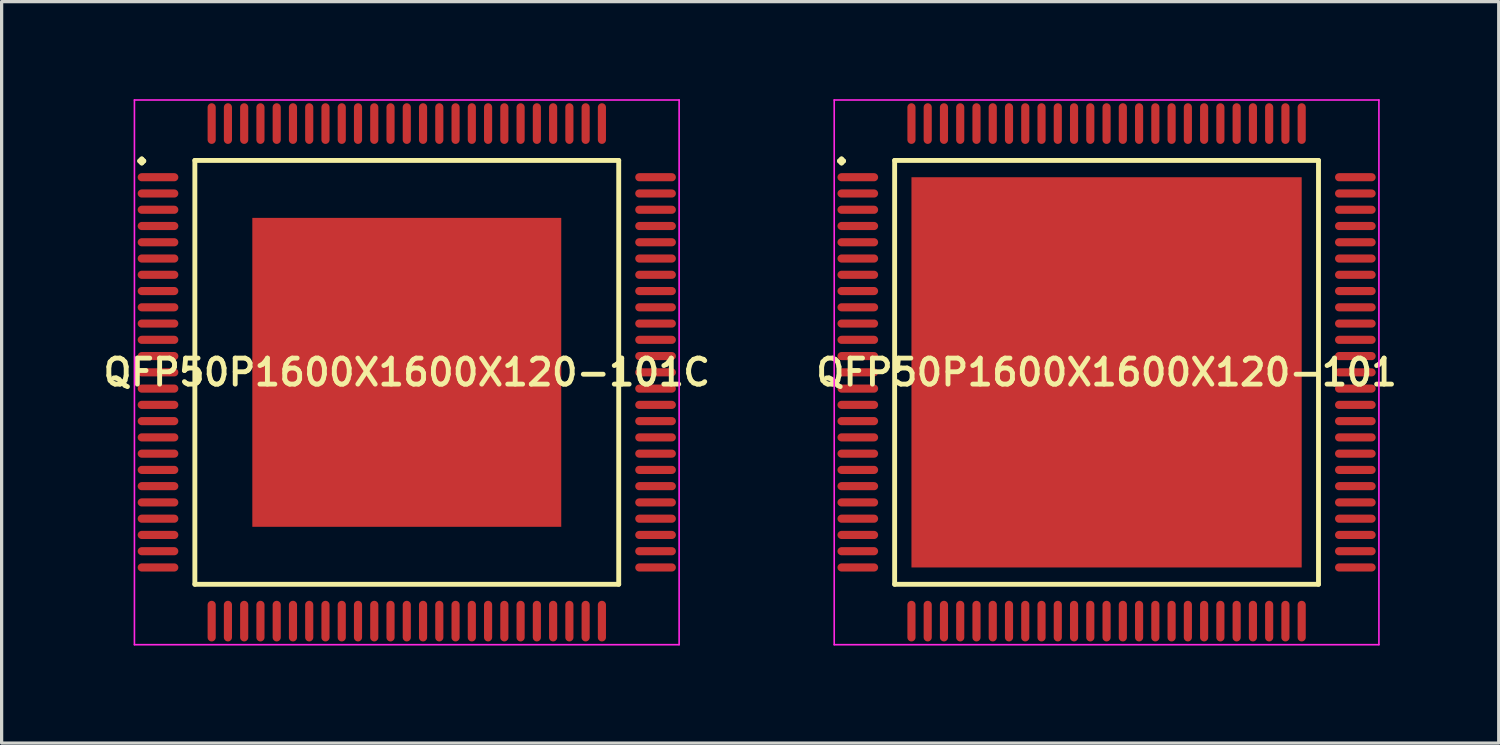
<source format=kicad_pcb>
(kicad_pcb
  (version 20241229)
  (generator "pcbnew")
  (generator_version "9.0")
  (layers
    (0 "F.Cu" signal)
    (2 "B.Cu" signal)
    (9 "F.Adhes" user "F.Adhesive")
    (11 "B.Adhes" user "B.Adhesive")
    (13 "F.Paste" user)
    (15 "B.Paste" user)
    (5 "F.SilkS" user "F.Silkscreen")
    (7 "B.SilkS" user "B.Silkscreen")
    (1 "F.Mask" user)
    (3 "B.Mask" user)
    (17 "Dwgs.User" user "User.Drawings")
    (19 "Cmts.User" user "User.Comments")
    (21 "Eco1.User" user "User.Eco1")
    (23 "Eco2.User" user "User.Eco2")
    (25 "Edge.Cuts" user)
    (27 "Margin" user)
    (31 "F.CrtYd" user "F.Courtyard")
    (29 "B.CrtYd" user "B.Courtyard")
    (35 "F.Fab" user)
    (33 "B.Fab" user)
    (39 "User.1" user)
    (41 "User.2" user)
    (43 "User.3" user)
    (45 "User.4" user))
  (footprint "QFP50P1600X1600X120-101C"
    (layer "F.Cu")
    (at 9.459 8.4)
    (property "Reference" "QFP50P1600X1600X120-101C" (at 0 0 0) (layer "F.SilkS") (effects (font (size 0.8 0.8) (thickness 0.15))))
    (attr smd)
    (fp_line (start -8.213 -6.5) (end -8.15 -6.562) (stroke (width 0.15) (type solid)) (layer "F.SilkS"))
    (fp_line (start -8.15 -6.562) (end -8.088 -6.5) (stroke (width 0.15) (type solid)) (layer "F.SilkS"))
    (fp_line (start -8.15 -6.438) (end -8.213 -6.5) (stroke (width 0.15) (type solid)) (layer "F.SilkS"))
    (fp_line (start -8.088 -6.5) (end -8.15 -6.438) (stroke (width 0.15) (type solid)) (layer "F.SilkS"))
    (fp_line (start -6.517 -6.517) (end -6.517 6.517) (stroke (width 0.15) (type solid)) (layer "F.SilkS"))
    (fp_line (start -6.517 6.517) (end 6.517 6.517) (stroke (width 0.15) (type solid)) (layer "F.SilkS"))
    (fp_line (start 6.517 -6.517) (end -6.517 -6.517) (stroke (width 0.15) (type solid)) (layer "F.SilkS"))
    (fp_line (start 6.517 6.517) (end 6.517 -6.517) (stroke (width 0.15) (type solid)) (layer "F.SilkS"))
    (fp_line (start -8.375 -8.375) (end 8.375 -8.375) (stroke (width 0.05) (type solid)) (layer "F.CrtYd"))
    (fp_line (start -8.375 8.375) (end -8.375 -8.375) (stroke (width 0.05) (type solid)) (layer "F.CrtYd"))
    (fp_line (start 8.375 -8.375) (end 8.375 8.375) (stroke (width 0.05) (type solid)) (layer "F.CrtYd"))
    (fp_line (start 8.375 8.375) (end -8.375 8.375) (stroke (width 0.05) (type solid)) (layer "F.CrtYd"))
    (pad "1" smd oval (at -7.65 -6) (size 1.25 0.25) (layers "F.Cu" "F.Mask" "F.Paste"))
    (pad "2" smd oval (at -7.65 -5.5) (size 1.25 0.25) (layers "F.Cu" "F.Mask" "F.Paste"))
    (pad "3" smd oval (at -7.65 -5) (size 1.25 0.25) (layers "F.Cu" "F.Mask" "F.Paste"))
    (pad "4" smd oval (at -7.65 -4.5) (size 1.25 0.25) (layers "F.Cu" "F.Mask" "F.Paste"))
    (pad "5" smd oval (at -7.65 -4) (size 1.25 0.25) (layers "F.Cu" "F.Mask" "F.Paste"))
    (pad "6" smd oval (at -7.65 -3.5) (size 1.25 0.25) (layers "F.Cu" "F.Mask" "F.Paste"))
    (pad "7" smd oval (at -7.65 -3) (size 1.25 0.25) (layers "F.Cu" "F.Mask" "F.Paste"))
    (pad "8" smd oval (at -7.65 -2.5) (size 1.25 0.25) (layers "F.Cu" "F.Mask" "F.Paste"))
    (pad "9" smd oval (at -7.65 -2) (size 1.25 0.25) (layers "F.Cu" "F.Mask" "F.Paste"))
    (pad "10" smd oval (at -7.65 -1.5) (size 1.25 0.25) (layers "F.Cu" "F.Mask" "F.Paste"))
    (pad "11" smd oval (at -7.65 -1) (size 1.25 0.25) (layers "F.Cu" "F.Mask" "F.Paste"))
    (pad "12" smd oval (at -7.65 -0.5) (size 1.25 0.25) (layers "F.Cu" "F.Mask" "F.Paste"))
    (pad "13" smd oval (at -7.65 0) (size 1.25 0.25) (layers "F.Cu" "F.Mask" "F.Paste"))
    (pad "14" smd oval (at -7.65 0.5) (size 1.25 0.25) (layers "F.Cu" "F.Mask" "F.Paste"))
    (pad "15" smd oval (at -7.65 1) (size 1.25 0.25) (layers "F.Cu" "F.Mask" "F.Paste"))
    (pad "16" smd oval (at -7.65 1.5) (size 1.25 0.25) (layers "F.Cu" "F.Mask" "F.Paste"))
    (pad "17" smd oval (at -7.65 2) (size 1.25 0.25) (layers "F.Cu" "F.Mask" "F.Paste"))
    (pad "18" smd oval (at -7.65 2.5) (size 1.25 0.25) (layers "F.Cu" "F.Mask" "F.Paste"))
    (pad "19" smd oval (at -7.65 3) (size 1.25 0.25) (layers "F.Cu" "F.Mask" "F.Paste"))
    (pad "20" smd oval (at -7.65 3.5) (size 1.25 0.25) (layers "F.Cu" "F.Mask" "F.Paste"))
    (pad "21" smd oval (at -7.65 4) (size 1.25 0.25) (layers "F.Cu" "F.Mask" "F.Paste"))
    (pad "22" smd oval (at -7.65 4.5) (size 1.25 0.25) (layers "F.Cu" "F.Mask" "F.Paste"))
    (pad "23" smd oval (at -7.65 5) (size 1.25 0.25) (layers "F.Cu" "F.Mask" "F.Paste"))
    (pad "24" smd oval (at -7.65 5.5) (size 1.25 0.25) (layers "F.Cu" "F.Mask" "F.Paste"))
    (pad "25" smd oval (at -7.65 6) (size 1.25 0.25) (layers "F.Cu" "F.Mask" "F.Paste"))
    (pad "26" smd oval (at -6 7.65) (size 0.25 1.25) (layers "F.Cu" "F.Mask" "F.Paste"))
    (pad "27" smd oval (at -5.5 7.65) (size 0.25 1.25) (layers "F.Cu" "F.Mask" "F.Paste"))
    (pad "28" smd oval (at -5 7.65) (size 0.25 1.25) (layers "F.Cu" "F.Mask" "F.Paste"))
    (pad "29" smd oval (at -4.5 7.65) (size 0.25 1.25) (layers "F.Cu" "F.Mask" "F.Paste"))
    (pad "30" smd oval (at -4 7.65) (size 0.25 1.25) (layers "F.Cu" "F.Mask" "F.Paste"))
    (pad "31" smd oval (at -3.5 7.65) (size 0.25 1.25) (layers "F.Cu" "F.Mask" "F.Paste"))
    (pad "32" smd oval (at -3 7.65) (size 0.25 1.25) (layers "F.Cu" "F.Mask" "F.Paste"))
    (pad "33" smd oval (at -2.5 7.65) (size 0.25 1.25) (layers "F.Cu" "F.Mask" "F.Paste"))
    (pad "34" smd oval (at -2 7.65) (size 0.25 1.25) (layers "F.Cu" "F.Mask" "F.Paste"))
    (pad "35" smd oval (at -1.5 7.65) (size 0.25 1.25) (layers "F.Cu" "F.Mask" "F.Paste"))
    (pad "36" smd oval (at -1 7.65) (size 0.25 1.25) (layers "F.Cu" "F.Mask" "F.Paste"))
    (pad "37" smd oval (at -0.5 7.65) (size 0.25 1.25) (layers "F.Cu" "F.Mask" "F.Paste"))
    (pad "38" smd oval (at 0 7.65) (size 0.25 1.25) (layers "F.Cu" "F.Mask" "F.Paste"))
    (pad "39" smd oval (at 0.5 7.65) (size 0.25 1.25) (layers "F.Cu" "F.Mask" "F.Paste"))
    (pad "40" smd oval (at 1 7.65) (size 0.25 1.25) (layers "F.Cu" "F.Mask" "F.Paste"))
    (pad "41" smd oval (at 1.5 7.65) (size 0.25 1.25) (layers "F.Cu" "F.Mask" "F.Paste"))
    (pad "42" smd oval (at 2 7.65) (size 0.25 1.25) (layers "F.Cu" "F.Mask" "F.Paste"))
    (pad "43" smd oval (at 2.5 7.65) (size 0.25 1.25) (layers "F.Cu" "F.Mask" "F.Paste"))
    (pad "44" smd oval (at 3 7.65) (size 0.25 1.25) (layers "F.Cu" "F.Mask" "F.Paste"))
    (pad "45" smd oval (at 3.5 7.65) (size 0.25 1.25) (layers "F.Cu" "F.Mask" "F.Paste"))
    (pad "46" smd oval (at 4 7.65) (size 0.25 1.25) (layers "F.Cu" "F.Mask" "F.Paste"))
    (pad "47" smd oval (at 4.5 7.65) (size 0.25 1.25) (layers "F.Cu" "F.Mask" "F.Paste"))
    (pad "48" smd oval (at 5 7.65) (size 0.25 1.25) (layers "F.Cu" "F.Mask" "F.Paste"))
    (pad "49" smd oval (at 5.5 7.65) (size 0.25 1.25) (layers "F.Cu" "F.Mask" "F.Paste"))
    (pad "50" smd oval (at 6 7.65) (size 0.25 1.25) (layers "F.Cu" "F.Mask" "F.Paste"))
    (pad "51" smd oval (at 7.65 6) (size 1.25 0.25) (layers "F.Cu" "F.Mask" "F.Paste"))
    (pad "52" smd oval (at 7.65 5.5) (size 1.25 0.25) (layers "F.Cu" "F.Mask" "F.Paste"))
    (pad "53" smd oval (at 7.65 5) (size 1.25 0.25) (layers "F.Cu" "F.Mask" "F.Paste"))
    (pad "54" smd oval (at 7.65 4.5) (size 1.25 0.25) (layers "F.Cu" "F.Mask" "F.Paste"))
    (pad "55" smd oval (at 7.65 4) (size 1.25 0.25) (layers "F.Cu" "F.Mask" "F.Paste"))
    (pad "56" smd oval (at 7.65 3.5) (size 1.25 0.25) (layers "F.Cu" "F.Mask" "F.Paste"))
    (pad "57" smd oval (at 7.65 3) (size 1.25 0.25) (layers "F.Cu" "F.Mask" "F.Paste"))
    (pad "58" smd oval (at 7.65 2.5) (size 1.25 0.25) (layers "F.Cu" "F.Mask" "F.Paste"))
    (pad "59" smd oval (at 7.65 2) (size 1.25 0.25) (layers "F.Cu" "F.Mask" "F.Paste"))
    (pad "60" smd oval (at 7.65 1.5) (size 1.25 0.25) (layers "F.Cu" "F.Mask" "F.Paste"))
    (pad "61" smd oval (at 7.65 1) (size 1.25 0.25) (layers "F.Cu" "F.Mask" "F.Paste"))
    (pad "62" smd oval (at 7.65 0.5) (size 1.25 0.25) (layers "F.Cu" "F.Mask" "F.Paste"))
    (pad "63" smd oval (at 7.65 0) (size 1.25 0.25) (layers "F.Cu" "F.Mask" "F.Paste"))
    (pad "64" smd oval (at 7.65 -0.5) (size 1.25 0.25) (layers "F.Cu" "F.Mask" "F.Paste"))
    (pad "65" smd oval (at 7.65 -1) (size 1.25 0.25) (layers "F.Cu" "F.Mask" "F.Paste"))
    (pad "66" smd oval (at 7.65 -1.5) (size 1.25 0.25) (layers "F.Cu" "F.Mask" "F.Paste"))
    (pad "67" smd oval (at 7.65 -2) (size 1.25 0.25) (layers "F.Cu" "F.Mask" "F.Paste"))
    (pad "68" smd oval (at 7.65 -2.5) (size 1.25 0.25) (layers "F.Cu" "F.Mask" "F.Paste"))
    (pad "69" smd oval (at 7.65 -3) (size 1.25 0.25) (layers "F.Cu" "F.Mask" "F.Paste"))
    (pad "70" smd oval (at 7.65 -3.5) (size 1.25 0.25) (layers "F.Cu" "F.Mask" "F.Paste"))
    (pad "71" smd oval (at 7.65 -4) (size 1.25 0.25) (layers "F.Cu" "F.Mask" "F.Paste"))
    (pad "72" smd oval (at 7.65 -4.5) (size 1.25 0.25) (layers "F.Cu" "F.Mask" "F.Paste"))
    (pad "73" smd oval (at 7.65 -5) (size 1.25 0.25) (layers "F.Cu" "F.Mask" "F.Paste"))
    (pad "74" smd oval (at 7.65 -5.5) (size 1.25 0.25) (layers "F.Cu" "F.Mask" "F.Paste"))
    (pad "75" smd oval (at 7.65 -6) (size 1.25 0.25) (layers "F.Cu" "F.Mask" "F.Paste"))
    (pad "76" smd oval (at 6 -7.65) (size 0.25 1.25) (layers "F.Cu" "F.Mask" "F.Paste"))
    (pad "77" smd oval (at 5.5 -7.65) (size 0.25 1.25) (layers "F.Cu" "F.Mask" "F.Paste"))
    (pad "78" smd oval (at 5 -7.65) (size 0.25 1.25) (layers "F.Cu" "F.Mask" "F.Paste"))
    (pad "79" smd oval (at 4.5 -7.65) (size 0.25 1.25) (layers "F.Cu" "F.Mask" "F.Paste"))
    (pad "80" smd oval (at 4 -7.65) (size 0.25 1.25) (layers "F.Cu" "F.Mask" "F.Paste"))
    (pad "81" smd oval (at 3.5 -7.65) (size 0.25 1.25) (layers "F.Cu" "F.Mask" "F.Paste"))
    (pad "82" smd oval (at 3 -7.65) (size 0.25 1.25) (layers "F.Cu" "F.Mask" "F.Paste"))
    (pad "83" smd oval (at 2.5 -7.65) (size 0.25 1.25) (layers "F.Cu" "F.Mask" "F.Paste"))
    (pad "84" smd oval (at 2 -7.65) (size 0.25 1.25) (layers "F.Cu" "F.Mask" "F.Paste"))
    (pad "85" smd oval (at 1.5 -7.65) (size 0.25 1.25) (layers "F.Cu" "F.Mask" "F.Paste"))
    (pad "86" smd oval (at 1 -7.65) (size 0.25 1.25) (layers "F.Cu" "F.Mask" "F.Paste"))
    (pad "87" smd oval (at 0.5 -7.65) (size 0.25 1.25) (layers "F.Cu" "F.Mask" "F.Paste"))
    (pad "88" smd oval (at 0 -7.65) (size 0.25 1.25) (layers "F.Cu" "F.Mask" "F.Paste"))
    (pad "89" smd oval (at -0.5 -7.65) (size 0.25 1.25) (layers "F.Cu" "F.Mask" "F.Paste"))
    (pad "90" smd oval (at -1 -7.65) (size 0.25 1.25) (layers "F.Cu" "F.Mask" "F.Paste"))
    (pad "91" smd oval (at -1.5 -7.65) (size 0.25 1.25) (layers "F.Cu" "F.Mask" "F.Paste"))
    (pad "92" smd oval (at -2 -7.65) (size 0.25 1.25) (layers "F.Cu" "F.Mask" "F.Paste"))
    (pad "93" smd oval (at -2.5 -7.65) (size 0.25 1.25) (layers "F.Cu" "F.Mask" "F.Paste"))
    (pad "94" smd oval (at -3 -7.65) (size 0.25 1.25) (layers "F.Cu" "F.Mask" "F.Paste"))
    (pad "95" smd oval (at -3.5 -7.65) (size 0.25 1.25) (layers "F.Cu" "F.Mask" "F.Paste"))
    (pad "96" smd oval (at -4 -7.65) (size 0.25 1.25) (layers "F.Cu" "F.Mask" "F.Paste"))
    (pad "97" smd oval (at -4.5 -7.65) (size 0.25 1.25) (layers "F.Cu" "F.Mask" "F.Paste"))
    (pad "98" smd oval (at -5 -7.65) (size 0.25 1.25) (layers "F.Cu" "F.Mask" "F.Paste"))
    (pad "99" smd oval (at -5.5 -7.65) (size 0.25 1.25) (layers "F.Cu" "F.Mask" "F.Paste"))
    (pad "100" smd oval (at -6 -7.65) (size 0.25 1.25) (layers "F.Cu" "F.Mask" "F.Paste"))
    (pad "101" smd rect (at 0 0) (size 9.5 9.5) (layers "F.Cu" "F.Mask" "F.Paste")))
  (footprint "QFP50P1600X1600X120-101"
    (layer "F.Cu")
    (at 30.978 8.4)
    (property "Reference" "QFP50P1600X1600X120-101" (at 0 0 0) (layer "F.SilkS") (effects (font (size 0.8 0.8) (thickness 0.15))))
    (attr smd)
    (fp_line (start -8.213 -6.5) (end -8.15 -6.562) (stroke (width 0.15) (type solid)) (layer "F.SilkS"))
    (fp_line (start -8.15 -6.562) (end -8.088 -6.5) (stroke (width 0.15) (type solid)) (layer "F.SilkS"))
    (fp_line (start -8.15 -6.438) (end -8.213 -6.5) (stroke (width 0.15) (type solid)) (layer "F.SilkS"))
    (fp_line (start -8.088 -6.5) (end -8.15 -6.438) (stroke (width 0.15) (type solid)) (layer "F.SilkS"))
    (fp_line (start -6.517 -6.517) (end -6.517 6.517) (stroke (width 0.15) (type solid)) (layer "F.SilkS"))
    (fp_line (start -6.517 6.517) (end 6.517 6.517) (stroke (width 0.15) (type solid)) (layer "F.SilkS"))
    (fp_line (start 6.517 -6.517) (end -6.517 -6.517) (stroke (width 0.15) (type solid)) (layer "F.SilkS"))
    (fp_line (start 6.517 6.517) (end 6.517 -6.517) (stroke (width 0.15) (type solid)) (layer "F.SilkS"))
    (fp_line (start -8.375 -8.375) (end 8.375 -8.375) (stroke (width 0.05) (type solid)) (layer "F.CrtYd"))
    (fp_line (start -8.375 8.375) (end -8.375 -8.375) (stroke (width 0.05) (type solid)) (layer "F.CrtYd"))
    (fp_line (start 8.375 -8.375) (end 8.375 8.375) (stroke (width 0.05) (type solid)) (layer "F.CrtYd"))
    (fp_line (start 8.375 8.375) (end -8.375 8.375) (stroke (width 0.05) (type solid)) (layer "F.CrtYd"))
    (pad "1" smd oval (at -7.65 -6) (size 1.25 0.25) (layers "F.Cu" "F.Mask" "F.Paste"))
    (pad "2" smd oval (at -7.65 -5.5) (size 1.25 0.25) (layers "F.Cu" "F.Mask" "F.Paste"))
    (pad "3" smd oval (at -7.65 -5) (size 1.25 0.25) (layers "F.Cu" "F.Mask" "F.Paste"))
    (pad "4" smd oval (at -7.65 -4.5) (size 1.25 0.25) (layers "F.Cu" "F.Mask" "F.Paste"))
    (pad "5" smd oval (at -7.65 -4) (size 1.25 0.25) (layers "F.Cu" "F.Mask" "F.Paste"))
    (pad "6" smd oval (at -7.65 -3.5) (size 1.25 0.25) (layers "F.Cu" "F.Mask" "F.Paste"))
    (pad "7" smd oval (at -7.65 -3) (size 1.25 0.25) (layers "F.Cu" "F.Mask" "F.Paste"))
    (pad "8" smd oval (at -7.65 -2.5) (size 1.25 0.25) (layers "F.Cu" "F.Mask" "F.Paste"))
    (pad "9" smd oval (at -7.65 -2) (size 1.25 0.25) (layers "F.Cu" "F.Mask" "F.Paste"))
    (pad "10" smd oval (at -7.65 -1.5) (size 1.25 0.25) (layers "F.Cu" "F.Mask" "F.Paste"))
    (pad "11" smd oval (at -7.65 -1) (size 1.25 0.25) (layers "F.Cu" "F.Mask" "F.Paste"))
    (pad "12" smd oval (at -7.65 -0.5) (size 1.25 0.25) (layers "F.Cu" "F.Mask" "F.Paste"))
    (pad "13" smd oval (at -7.65 0) (size 1.25 0.25) (layers "F.Cu" "F.Mask" "F.Paste"))
    (pad "14" smd oval (at -7.65 0.5) (size 1.25 0.25) (layers "F.Cu" "F.Mask" "F.Paste"))
    (pad "15" smd oval (at -7.65 1) (size 1.25 0.25) (layers "F.Cu" "F.Mask" "F.Paste"))
    (pad "16" smd oval (at -7.65 1.5) (size 1.25 0.25) (layers "F.Cu" "F.Mask" "F.Paste"))
    (pad "17" smd oval (at -7.65 2) (size 1.25 0.25) (layers "F.Cu" "F.Mask" "F.Paste"))
    (pad "18" smd oval (at -7.65 2.5) (size 1.25 0.25) (layers "F.Cu" "F.Mask" "F.Paste"))
    (pad "19" smd oval (at -7.65 3) (size 1.25 0.25) (layers "F.Cu" "F.Mask" "F.Paste"))
    (pad "20" smd oval (at -7.65 3.5) (size 1.25 0.25) (layers "F.Cu" "F.Mask" "F.Paste"))
    (pad "21" smd oval (at -7.65 4) (size 1.25 0.25) (layers "F.Cu" "F.Mask" "F.Paste"))
    (pad "22" smd oval (at -7.65 4.5) (size 1.25 0.25) (layers "F.Cu" "F.Mask" "F.Paste"))
    (pad "23" smd oval (at -7.65 5) (size 1.25 0.25) (layers "F.Cu" "F.Mask" "F.Paste"))
    (pad "24" smd oval (at -7.65 5.5) (size 1.25 0.25) (layers "F.Cu" "F.Mask" "F.Paste"))
    (pad "25" smd oval (at -7.65 6) (size 1.25 0.25) (layers "F.Cu" "F.Mask" "F.Paste"))
    (pad "26" smd oval (at -6 7.65) (size 0.25 1.25) (layers "F.Cu" "F.Mask" "F.Paste"))
    (pad "27" smd oval (at -5.5 7.65) (size 0.25 1.25) (layers "F.Cu" "F.Mask" "F.Paste"))
    (pad "28" smd oval (at -5 7.65) (size 0.25 1.25) (layers "F.Cu" "F.Mask" "F.Paste"))
    (pad "29" smd oval (at -4.5 7.65) (size 0.25 1.25) (layers "F.Cu" "F.Mask" "F.Paste"))
    (pad "30" smd oval (at -4 7.65) (size 0.25 1.25) (layers "F.Cu" "F.Mask" "F.Paste"))
    (pad "31" smd oval (at -3.5 7.65) (size 0.25 1.25) (layers "F.Cu" "F.Mask" "F.Paste"))
    (pad "32" smd oval (at -3 7.65) (size 0.25 1.25) (layers "F.Cu" "F.Mask" "F.Paste"))
    (pad "33" smd oval (at -2.5 7.65) (size 0.25 1.25) (layers "F.Cu" "F.Mask" "F.Paste"))
    (pad "34" smd oval (at -2 7.65) (size 0.25 1.25) (layers "F.Cu" "F.Mask" "F.Paste"))
    (pad "35" smd oval (at -1.5 7.65) (size 0.25 1.25) (layers "F.Cu" "F.Mask" "F.Paste"))
    (pad "36" smd oval (at -1 7.65) (size 0.25 1.25) (layers "F.Cu" "F.Mask" "F.Paste"))
    (pad "37" smd oval (at -0.5 7.65) (size 0.25 1.25) (layers "F.Cu" "F.Mask" "F.Paste"))
    (pad "38" smd oval (at 0 7.65) (size 0.25 1.25) (layers "F.Cu" "F.Mask" "F.Paste"))
    (pad "39" smd oval (at 0.5 7.65) (size 0.25 1.25) (layers "F.Cu" "F.Mask" "F.Paste"))
    (pad "40" smd oval (at 1 7.65) (size 0.25 1.25) (layers "F.Cu" "F.Mask" "F.Paste"))
    (pad "41" smd oval (at 1.5 7.65) (size 0.25 1.25) (layers "F.Cu" "F.Mask" "F.Paste"))
    (pad "42" smd oval (at 2 7.65) (size 0.25 1.25) (layers "F.Cu" "F.Mask" "F.Paste"))
    (pad "43" smd oval (at 2.5 7.65) (size 0.25 1.25) (layers "F.Cu" "F.Mask" "F.Paste"))
    (pad "44" smd oval (at 3 7.65) (size 0.25 1.25) (layers "F.Cu" "F.Mask" "F.Paste"))
    (pad "45" smd oval (at 3.5 7.65) (size 0.25 1.25) (layers "F.Cu" "F.Mask" "F.Paste"))
    (pad "46" smd oval (at 4 7.65) (size 0.25 1.25) (layers "F.Cu" "F.Mask" "F.Paste"))
    (pad "47" smd oval (at 4.5 7.65) (size 0.25 1.25) (layers "F.Cu" "F.Mask" "F.Paste"))
    (pad "48" smd oval (at 5 7.65) (size 0.25 1.25) (layers "F.Cu" "F.Mask" "F.Paste"))
    (pad "49" smd oval (at 5.5 7.65) (size 0.25 1.25) (layers "F.Cu" "F.Mask" "F.Paste"))
    (pad "50" smd oval (at 6 7.65) (size 0.25 1.25) (layers "F.Cu" "F.Mask" "F.Paste"))
    (pad "51" smd oval (at 7.65 6) (size 1.25 0.25) (layers "F.Cu" "F.Mask" "F.Paste"))
    (pad "52" smd oval (at 7.65 5.5) (size 1.25 0.25) (layers "F.Cu" "F.Mask" "F.Paste"))
    (pad "53" smd oval (at 7.65 5) (size 1.25 0.25) (layers "F.Cu" "F.Mask" "F.Paste"))
    (pad "54" smd oval (at 7.65 4.5) (size 1.25 0.25) (layers "F.Cu" "F.Mask" "F.Paste"))
    (pad "55" smd oval (at 7.65 4) (size 1.25 0.25) (layers "F.Cu" "F.Mask" "F.Paste"))
    (pad "56" smd oval (at 7.65 3.5) (size 1.25 0.25) (layers "F.Cu" "F.Mask" "F.Paste"))
    (pad "57" smd oval (at 7.65 3) (size 1.25 0.25) (layers "F.Cu" "F.Mask" "F.Paste"))
    (pad "58" smd oval (at 7.65 2.5) (size 1.25 0.25) (layers "F.Cu" "F.Mask" "F.Paste"))
    (pad "59" smd oval (at 7.65 2) (size 1.25 0.25) (layers "F.Cu" "F.Mask" "F.Paste"))
    (pad "60" smd oval (at 7.65 1.5) (size 1.25 0.25) (layers "F.Cu" "F.Mask" "F.Paste"))
    (pad "61" smd oval (at 7.65 1) (size 1.25 0.25) (layers "F.Cu" "F.Mask" "F.Paste"))
    (pad "62" smd oval (at 7.65 0.5) (size 1.25 0.25) (layers "F.Cu" "F.Mask" "F.Paste"))
    (pad "63" smd oval (at 7.65 0) (size 1.25 0.25) (layers "F.Cu" "F.Mask" "F.Paste"))
    (pad "64" smd oval (at 7.65 -0.5) (size 1.25 0.25) (layers "F.Cu" "F.Mask" "F.Paste"))
    (pad "65" smd oval (at 7.65 -1) (size 1.25 0.25) (layers "F.Cu" "F.Mask" "F.Paste"))
    (pad "66" smd oval (at 7.65 -1.5) (size 1.25 0.25) (layers "F.Cu" "F.Mask" "F.Paste"))
    (pad "67" smd oval (at 7.65 -2) (size 1.25 0.25) (layers "F.Cu" "F.Mask" "F.Paste"))
    (pad "68" smd oval (at 7.65 -2.5) (size 1.25 0.25) (layers "F.Cu" "F.Mask" "F.Paste"))
    (pad "69" smd oval (at 7.65 -3) (size 1.25 0.25) (layers "F.Cu" "F.Mask" "F.Paste"))
    (pad "70" smd oval (at 7.65 -3.5) (size 1.25 0.25) (layers "F.Cu" "F.Mask" "F.Paste"))
    (pad "71" smd oval (at 7.65 -4) (size 1.25 0.25) (layers "F.Cu" "F.Mask" "F.Paste"))
    (pad "72" smd oval (at 7.65 -4.5) (size 1.25 0.25) (layers "F.Cu" "F.Mask" "F.Paste"))
    (pad "73" smd oval (at 7.65 -5) (size 1.25 0.25) (layers "F.Cu" "F.Mask" "F.Paste"))
    (pad "74" smd oval (at 7.65 -5.5) (size 1.25 0.25) (layers "F.Cu" "F.Mask" "F.Paste"))
    (pad "75" smd oval (at 7.65 -6) (size 1.25 0.25) (layers "F.Cu" "F.Mask" "F.Paste"))
    (pad "76" smd oval (at 6 -7.65) (size 0.25 1.25) (layers "F.Cu" "F.Mask" "F.Paste"))
    (pad "77" smd oval (at 5.5 -7.65) (size 0.25 1.25) (layers "F.Cu" "F.Mask" "F.Paste"))
    (pad "78" smd oval (at 5 -7.65) (size 0.25 1.25) (layers "F.Cu" "F.Mask" "F.Paste"))
    (pad "79" smd oval (at 4.5 -7.65) (size 0.25 1.25) (layers "F.Cu" "F.Mask" "F.Paste"))
    (pad "80" smd oval (at 4 -7.65) (size 0.25 1.25) (layers "F.Cu" "F.Mask" "F.Paste"))
    (pad "81" smd oval (at 3.5 -7.65) (size 0.25 1.25) (layers "F.Cu" "F.Mask" "F.Paste"))
    (pad "82" smd oval (at 3 -7.65) (size 0.25 1.25) (layers "F.Cu" "F.Mask" "F.Paste"))
    (pad "83" smd oval (at 2.5 -7.65) (size 0.25 1.25) (layers "F.Cu" "F.Mask" "F.Paste"))
    (pad "84" smd oval (at 2 -7.65) (size 0.25 1.25) (layers "F.Cu" "F.Mask" "F.Paste"))
    (pad "85" smd oval (at 1.5 -7.65) (size 0.25 1.25) (layers "F.Cu" "F.Mask" "F.Paste"))
    (pad "86" smd oval (at 1 -7.65) (size 0.25 1.25) (layers "F.Cu" "F.Mask" "F.Paste"))
    (pad "87" smd oval (at 0.5 -7.65) (size 0.25 1.25) (layers "F.Cu" "F.Mask" "F.Paste"))
    (pad "88" smd oval (at 0 -7.65) (size 0.25 1.25) (layers "F.Cu" "F.Mask" "F.Paste"))
    (pad "89" smd oval (at -0.5 -7.65) (size 0.25 1.25) (layers "F.Cu" "F.Mask" "F.Paste"))
    (pad "90" smd oval (at -1 -7.65) (size 0.25 1.25) (layers "F.Cu" "F.Mask" "F.Paste"))
    (pad "91" smd oval (at -1.5 -7.65) (size 0.25 1.25) (layers "F.Cu" "F.Mask" "F.Paste"))
    (pad "92" smd oval (at -2 -7.65) (size 0.25 1.25) (layers "F.Cu" "F.Mask" "F.Paste"))
    (pad "93" smd oval (at -2.5 -7.65) (size 0.25 1.25) (layers "F.Cu" "F.Mask" "F.Paste"))
    (pad "94" smd oval (at -3 -7.65) (size 0.25 1.25) (layers "F.Cu" "F.Mask" "F.Paste"))
    (pad "95" smd oval (at -3.5 -7.65) (size 0.25 1.25) (layers "F.Cu" "F.Mask" "F.Paste"))
    (pad "96" smd oval (at -4 -7.65) (size 0.25 1.25) (layers "F.Cu" "F.Mask" "F.Paste"))
    (pad "97" smd oval (at -4.5 -7.65) (size 0.25 1.25) (layers "F.Cu" "F.Mask" "F.Paste"))
    (pad "98" smd oval (at -5 -7.65) (size 0.25 1.25) (layers "F.Cu" "F.Mask" "F.Paste"))
    (pad "99" smd oval (at -5.5 -7.65) (size 0.25 1.25) (layers "F.Cu" "F.Mask" "F.Paste"))
    (pad "100" smd oval (at -6 -7.65) (size 0.25 1.25) (layers "F.Cu" "F.Mask" "F.Paste"))
    (pad "101" smd rect (at 0 0) (size 12 12) (layers "F.Cu" "F.Mask" "F.Paste")))
  (gr_rect
    (start -3 -3)
    (end 43.037 19.8)
    (stroke (width 0.1) (type default))
    (fill no)
    (layer "Edge.Cuts")))
</source>
